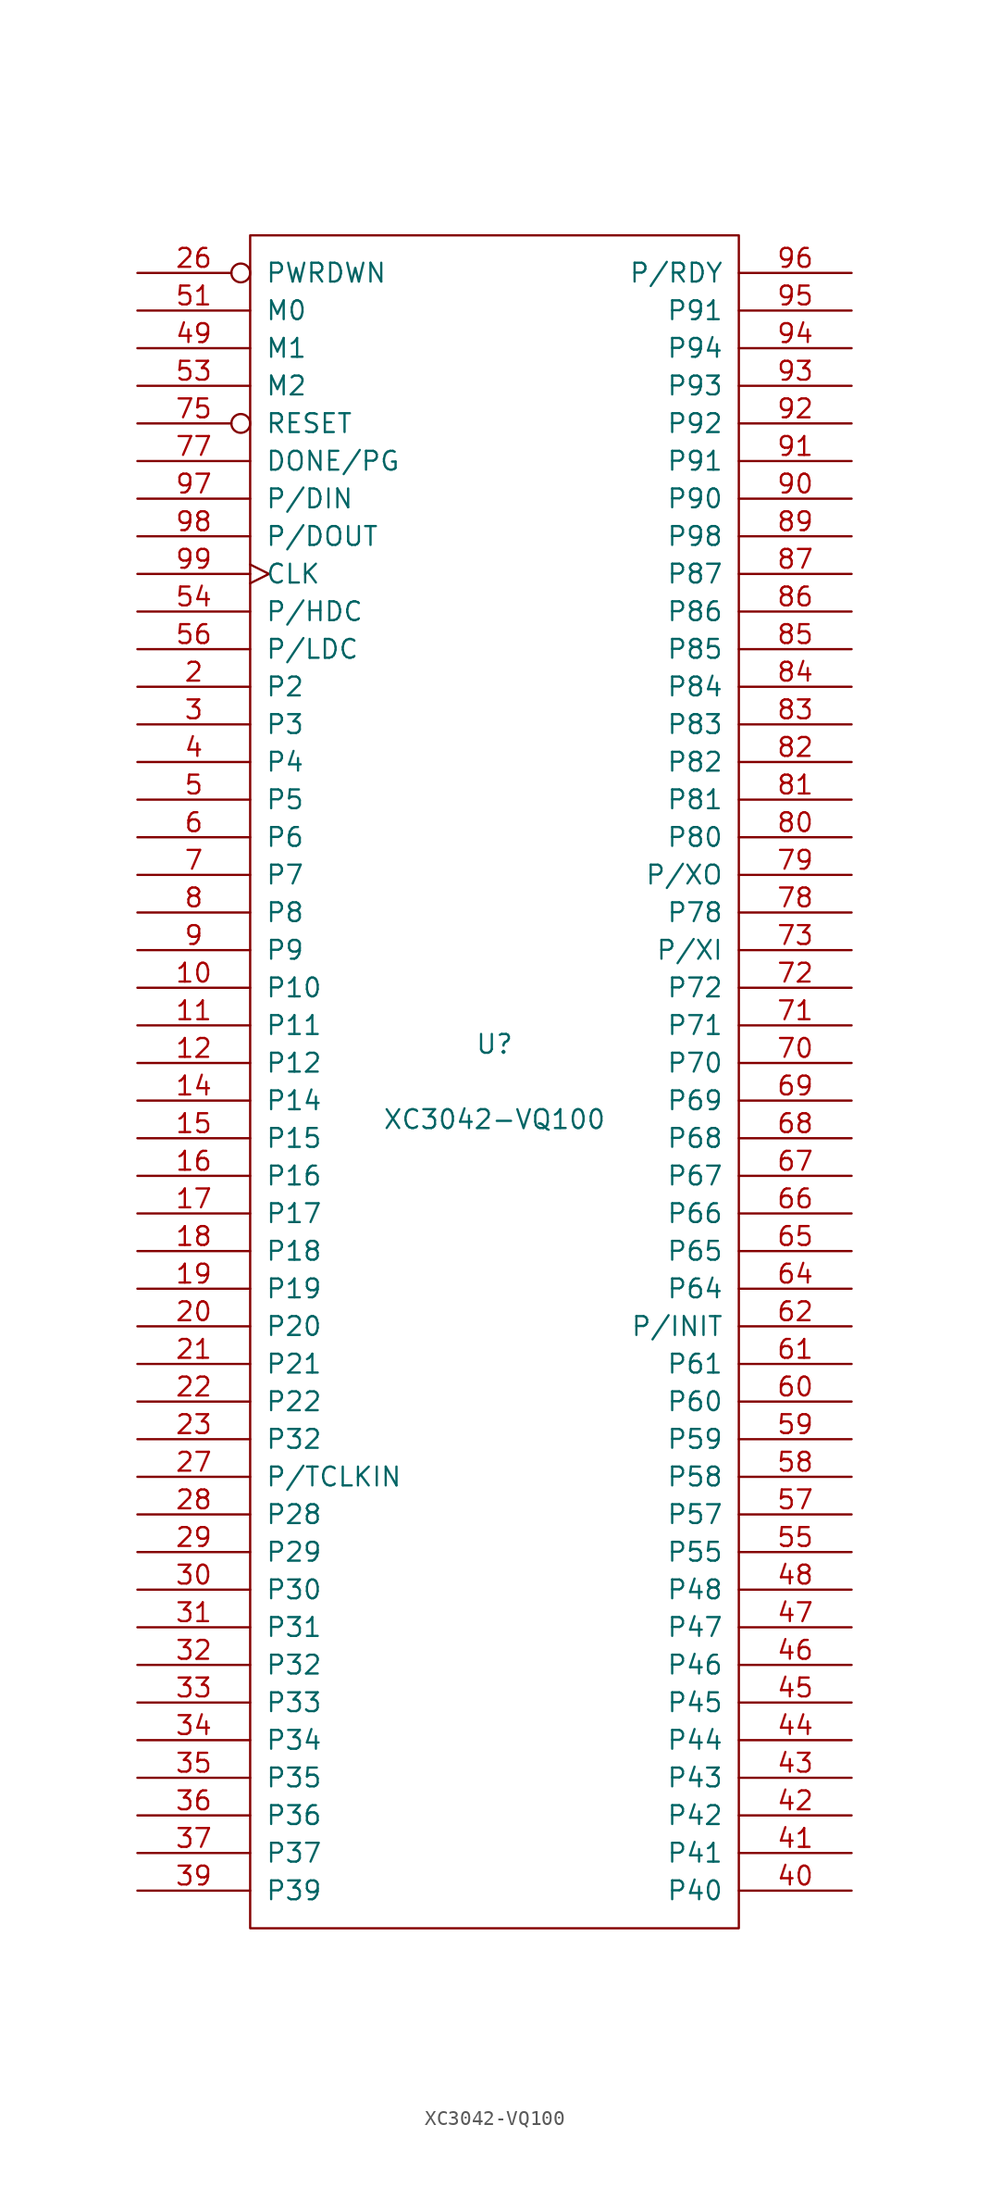
<source format=kicad_sym>
(kicad_symbol_lib
  (version 20211014)
  (generator kicad_symbol_editor)
  (symbol "XC3042-VQ100"
    (pin_names
      (offset 1.016))
    (property "Reference" "U"
      (at 0 2.54 0)
      (effects (font (size 1.27 1.27))))
    (property "Value" "XC3042-VQ100"
      (at 0 -2.54 0)
      (effects (font (size 1.27 1.27))))
    (symbol "XC3042-VQ100_0_1"
      (rectangle (start -16.51 -57.15) (end 16.51 57.15) (stroke (width 0) (type default) (color 0 0 0 0)) (fill (type none))))
    (symbol "XC3042-VQ100_1_1"
      (pin power_in line (at -3.81 -57.15 90) (length 0) hide (name "GND" (effects (font (size 1.27 1.27)))) (number "1" (effects (font (size 1.27 1.27)))))
      (pin passive line (at -24.13 6.35 0) (length 7.62) (name "P10" (effects (font (size 1.27 1.27)))) (number "10" (effects (font (size 1.27 1.27)))))
      (pin power_in line (at 8.89 57.15 270) (length 0) hide (name "VCC" (effects (font (size 1.27 1.27)))) (number "100" (effects (font (size 1.27 1.27)))))
      (pin passive line (at -24.13 3.81 0) (length 7.62) (name "P11" (effects (font (size 1.27 1.27)))) (number "11" (effects (font (size 1.27 1.27)))))
      (pin passive line (at -24.13 1.27 0) (length 7.62) (name "P12" (effects (font (size 1.27 1.27)))) (number "12" (effects (font (size 1.27 1.27)))))
      (pin power_in line (at -1.27 -57.15 90) (length 0) hide (name "GND" (effects (font (size 1.27 1.27)))) (number "13" (effects (font (size 1.27 1.27)))))
      (pin passive line (at -24.13 -1.27 0) (length 7.62) (name "P14" (effects (font (size 1.27 1.27)))) (number "14" (effects (font (size 1.27 1.27)))))
      (pin passive line (at -24.13 -3.81 0) (length 7.62) (name "P15" (effects (font (size 1.27 1.27)))) (number "15" (effects (font (size 1.27 1.27)))))
      (pin passive line (at -24.13 -6.35 0) (length 7.62) (name "P16" (effects (font (size 1.27 1.27)))) (number "16" (effects (font (size 1.27 1.27)))))
      (pin passive line (at -24.13 -8.89 0) (length 7.62) (name "P17" (effects (font (size 1.27 1.27)))) (number "17" (effects (font (size 1.27 1.27)))))
      (pin passive line (at -24.13 -11.43 0) (length 7.62) (name "P18" (effects (font (size 1.27 1.27)))) (number "18" (effects (font (size 1.27 1.27)))))
      (pin passive line (at -24.13 -13.97 0) (length 7.62) (name "P19" (effects (font (size 1.27 1.27)))) (number "19" (effects (font (size 1.27 1.27)))))
      (pin passive line (at -24.13 26.67 0) (length 7.62) (name "P2" (effects (font (size 1.27 1.27)))) (number "2" (effects (font (size 1.27 1.27)))))
      (pin passive line (at -24.13 -16.51 0) (length 7.62) (name "P20" (effects (font (size 1.27 1.27)))) (number "20" (effects (font (size 1.27 1.27)))))
      (pin passive line (at -24.13 -19.05 0) (length 7.62) (name "P21" (effects (font (size 1.27 1.27)))) (number "21" (effects (font (size 1.27 1.27)))))
      (pin passive line (at -24.13 -21.59 0) (length 7.62) (name "P22" (effects (font (size 1.27 1.27)))) (number "22" (effects (font (size 1.27 1.27)))))
      (pin passive line (at -24.13 -24.13 0) (length 7.62) (name "P32" (effects (font (size 1.27 1.27)))) (number "23" (effects (font (size 1.27 1.27)))))
      (pin power_in line (at -3.81 57.15 270) (length 0) hide (name "VCC" (effects (font (size 1.27 1.27)))) (number "24" (effects (font (size 1.27 1.27)))))
      (pin power_in line (at 1.27 -57.15 90) (length 0) hide (name "GND" (effects (font (size 1.27 1.27)))) (number "25" (effects (font (size 1.27 1.27)))))
      (pin input inverted (at -24.13 54.61 0) (length 7.62) (name "PWRDWN" (effects (font (size 1.27 1.27)))) (number "26" (effects (font (size 1.27 1.27)))))
      (pin passive line (at -24.13 -26.67 0) (length 7.62) (name "P/TCLKIN" (effects (font (size 1.27 1.27)))) (number "27" (effects (font (size 1.27 1.27)))))
      (pin passive line (at -24.13 -29.21 0) (length 7.62) (name "P28" (effects (font (size 1.27 1.27)))) (number "28" (effects (font (size 1.27 1.27)))))
      (pin passive line (at -24.13 -31.75 0) (length 7.62) (name "P29" (effects (font (size 1.27 1.27)))) (number "29" (effects (font (size 1.27 1.27)))))
      (pin passive line (at -24.13 24.13 0) (length 7.62) (name "P3" (effects (font (size 1.27 1.27)))) (number "3" (effects (font (size 1.27 1.27)))))
      (pin passive line (at -24.13 -34.29 0) (length 7.62) (name "P30" (effects (font (size 1.27 1.27)))) (number "30" (effects (font (size 1.27 1.27)))))
      (pin passive line (at -24.13 -36.83 0) (length 7.62) (name "P31" (effects (font (size 1.27 1.27)))) (number "31" (effects (font (size 1.27 1.27)))))
      (pin passive line (at -24.13 -39.37 0) (length 7.62) (name "P32" (effects (font (size 1.27 1.27)))) (number "32" (effects (font (size 1.27 1.27)))))
      (pin passive line (at -24.13 -41.91 0) (length 7.62) (name "P33" (effects (font (size 1.27 1.27)))) (number "33" (effects (font (size 1.27 1.27)))))
      (pin passive line (at -24.13 -44.45 0) (length 7.62) (name "P34" (effects (font (size 1.27 1.27)))) (number "34" (effects (font (size 1.27 1.27)))))
      (pin passive line (at -24.13 -46.99 0) (length 7.62) (name "P35" (effects (font (size 1.27 1.27)))) (number "35" (effects (font (size 1.27 1.27)))))
      (pin passive line (at -24.13 -49.53 0) (length 7.62) (name "P36" (effects (font (size 1.27 1.27)))) (number "36" (effects (font (size 1.27 1.27)))))
      (pin passive line (at -24.13 -52.07 0) (length 7.62) (name "P37" (effects (font (size 1.27 1.27)))) (number "37" (effects (font (size 1.27 1.27)))))
      (pin power_in line (at -1.27 57.15 270) (length 0) hide (name "VCC" (effects (font (size 1.27 1.27)))) (number "38" (effects (font (size 1.27 1.27)))))
      (pin passive line (at -24.13 -54.61 0) (length 7.62) (name "P39" (effects (font (size 1.27 1.27)))) (number "39" (effects (font (size 1.27 1.27)))))
      (pin passive line (at -24.13 21.59 0) (length 7.62) (name "P4" (effects (font (size 1.27 1.27)))) (number "4" (effects (font (size 1.27 1.27)))))
      (pin passive line (at 24.13 -54.61 180) (length 7.62) (name "P40" (effects (font (size 1.27 1.27)))) (number "40" (effects (font (size 1.27 1.27)))))
      (pin passive line (at 24.13 -52.07 180) (length 7.62) (name "P41" (effects (font (size 1.27 1.27)))) (number "41" (effects (font (size 1.27 1.27)))))
      (pin passive line (at 24.13 -49.53 180) (length 7.62) (name "P42" (effects (font (size 1.27 1.27)))) (number "42" (effects (font (size 1.27 1.27)))))
      (pin passive line (at 24.13 -46.99 180) (length 7.62) (name "P43" (effects (font (size 1.27 1.27)))) (number "43" (effects (font (size 1.27 1.27)))))
      (pin passive line (at 24.13 -44.45 180) (length 7.62) (name "P44" (effects (font (size 1.27 1.27)))) (number "44" (effects (font (size 1.27 1.27)))))
      (pin passive line (at 24.13 -41.91 180) (length 7.62) (name "P45" (effects (font (size 1.27 1.27)))) (number "45" (effects (font (size 1.27 1.27)))))
      (pin passive line (at 24.13 -39.37 180) (length 7.62) (name "P46" (effects (font (size 1.27 1.27)))) (number "46" (effects (font (size 1.27 1.27)))))
      (pin passive line (at 24.13 -36.83 180) (length 7.62) (name "P47" (effects (font (size 1.27 1.27)))) (number "47" (effects (font (size 1.27 1.27)))))
      (pin passive line (at 24.13 -34.29 180) (length 7.62) (name "P48" (effects (font (size 1.27 1.27)))) (number "48" (effects (font (size 1.27 1.27)))))
      (pin input line (at -24.13 49.53 0) (length 7.62) (name "M1" (effects (font (size 1.27 1.27)))) (number "49" (effects (font (size 1.27 1.27)))))
      (pin passive line (at -24.13 19.05 0) (length 7.62) (name "P5" (effects (font (size 1.27 1.27)))) (number "5" (effects (font (size 1.27 1.27)))))
      (pin power_in line (at 3.81 -57.15 90) (length 0) hide (name "GND" (effects (font (size 1.27 1.27)))) (number "50" (effects (font (size 1.27 1.27)))))
      (pin input line (at -24.13 52.07 0) (length 7.62) (name "M0" (effects (font (size 1.27 1.27)))) (number "51" (effects (font (size 1.27 1.27)))))
      (pin power_in line (at 1.27 57.15 270) (length 0) hide (name "VCC" (effects (font (size 1.27 1.27)))) (number "52" (effects (font (size 1.27 1.27)))))
      (pin passive line (at -24.13 46.99 0) (length 7.62) (name "M2" (effects (font (size 1.27 1.27)))) (number "53" (effects (font (size 1.27 1.27)))))
      (pin passive line (at -24.13 31.75 0) (length 7.62) (name "P/HDC" (effects (font (size 1.27 1.27)))) (number "54" (effects (font (size 1.27 1.27)))))
      (pin passive line (at 24.13 -31.75 180) (length 7.62) (name "P55" (effects (font (size 1.27 1.27)))) (number "55" (effects (font (size 1.27 1.27)))))
      (pin passive line (at -24.13 29.21 0) (length 7.62) (name "P/LDC" (effects (font (size 1.27 1.27)))) (number "56" (effects (font (size 1.27 1.27)))))
      (pin passive line (at 24.13 -29.21 180) (length 7.62) (name "P57" (effects (font (size 1.27 1.27)))) (number "57" (effects (font (size 1.27 1.27)))))
      (pin passive line (at 24.13 -26.67 180) (length 7.62) (name "P58" (effects (font (size 1.27 1.27)))) (number "58" (effects (font (size 1.27 1.27)))))
      (pin passive line (at 24.13 -24.13 180) (length 7.62) (name "P59" (effects (font (size 1.27 1.27)))) (number "59" (effects (font (size 1.27 1.27)))))
      (pin passive line (at -24.13 16.51 0) (length 7.62) (name "P6" (effects (font (size 1.27 1.27)))) (number "6" (effects (font (size 1.27 1.27)))))
      (pin passive line (at 24.13 -21.59 180) (length 7.62) (name "P60" (effects (font (size 1.27 1.27)))) (number "60" (effects (font (size 1.27 1.27)))))
      (pin passive line (at 24.13 -19.05 180) (length 7.62) (name "P61" (effects (font (size 1.27 1.27)))) (number "61" (effects (font (size 1.27 1.27)))))
      (pin passive line (at 24.13 -16.51 180) (length 7.62) (name "P/INIT" (effects (font (size 1.27 1.27)))) (number "62" (effects (font (size 1.27 1.27)))))
      (pin power_in line (at 6.35 -57.15 90) (length 0) hide (name "GND" (effects (font (size 1.27 1.27)))) (number "63" (effects (font (size 1.27 1.27)))))
      (pin passive line (at 24.13 -13.97 180) (length 7.62) (name "P64" (effects (font (size 1.27 1.27)))) (number "64" (effects (font (size 1.27 1.27)))))
      (pin passive line (at 24.13 -11.43 180) (length 7.62) (name "P65" (effects (font (size 1.27 1.27)))) (number "65" (effects (font (size 1.27 1.27)))))
      (pin passive line (at 24.13 -8.89 180) (length 7.62) (name "P66" (effects (font (size 1.27 1.27)))) (number "66" (effects (font (size 1.27 1.27)))))
      (pin passive line (at 24.13 -6.35 180) (length 7.62) (name "P67" (effects (font (size 1.27 1.27)))) (number "67" (effects (font (size 1.27 1.27)))))
      (pin passive line (at 24.13 -3.81 180) (length 7.62) (name "P68" (effects (font (size 1.27 1.27)))) (number "68" (effects (font (size 1.27 1.27)))))
      (pin passive line (at 24.13 -1.27 180) (length 7.62) (name "P69" (effects (font (size 1.27 1.27)))) (number "69" (effects (font (size 1.27 1.27)))))
      (pin passive line (at -24.13 13.97 0) (length 7.62) (name "P7" (effects (font (size 1.27 1.27)))) (number "7" (effects (font (size 1.27 1.27)))))
      (pin passive line (at 24.13 1.27 180) (length 7.62) (name "P70" (effects (font (size 1.27 1.27)))) (number "70" (effects (font (size 1.27 1.27)))))
      (pin passive line (at 24.13 3.81 180) (length 7.62) (name "P71" (effects (font (size 1.27 1.27)))) (number "71" (effects (font (size 1.27 1.27)))))
      (pin passive line (at 24.13 6.35 180) (length 7.62) (name "P72" (effects (font (size 1.27 1.27)))) (number "72" (effects (font (size 1.27 1.27)))))
      (pin passive line (at 24.13 8.89 180) (length 7.62) (name "P/XI" (effects (font (size 1.27 1.27)))) (number "73" (effects (font (size 1.27 1.27)))))
      (pin power_in line (at 8.89 -57.15 90) (length 0) hide (name "GND" (effects (font (size 1.27 1.27)))) (number "74" (effects (font (size 1.27 1.27)))))
      (pin input inverted (at -24.13 44.45 0) (length 7.62) (name "RESET" (effects (font (size 1.27 1.27)))) (number "75" (effects (font (size 1.27 1.27)))))
      (pin power_in line (at 3.81 57.15 270) (length 0) hide (name "VCC" (effects (font (size 1.27 1.27)))) (number "76" (effects (font (size 1.27 1.27)))))
      (pin open_collector line (at -24.13 41.91 0) (length 7.62) (name "DONE/PG" (effects (font (size 1.27 1.27)))) (number "77" (effects (font (size 1.27 1.27)))))
      (pin passive line (at 24.13 11.43 180) (length 7.62) (name "P78" (effects (font (size 1.27 1.27)))) (number "78" (effects (font (size 1.27 1.27)))))
      (pin passive line (at 24.13 13.97 180) (length 7.62) (name "P/XO" (effects (font (size 1.27 1.27)))) (number "79" (effects (font (size 1.27 1.27)))))
      (pin passive line (at -24.13 11.43 0) (length 7.62) (name "P8" (effects (font (size 1.27 1.27)))) (number "8" (effects (font (size 1.27 1.27)))))
      (pin passive line (at 24.13 16.51 180) (length 7.62) (name "P80" (effects (font (size 1.27 1.27)))) (number "80" (effects (font (size 1.27 1.27)))))
      (pin passive line (at 24.13 19.05 180) (length 7.62) (name "P81" (effects (font (size 1.27 1.27)))) (number "81" (effects (font (size 1.27 1.27)))))
      (pin passive line (at 24.13 21.59 180) (length 7.62) (name "P82" (effects (font (size 1.27 1.27)))) (number "82" (effects (font (size 1.27 1.27)))))
      (pin passive line (at 24.13 24.13 180) (length 7.62) (name "P83" (effects (font (size 1.27 1.27)))) (number "83" (effects (font (size 1.27 1.27)))))
      (pin passive line (at 24.13 26.67 180) (length 7.62) (name "P84" (effects (font (size 1.27 1.27)))) (number "84" (effects (font (size 1.27 1.27)))))
      (pin passive line (at 24.13 29.21 180) (length 7.62) (name "P85" (effects (font (size 1.27 1.27)))) (number "85" (effects (font (size 1.27 1.27)))))
      (pin passive line (at 24.13 31.75 180) (length 7.62) (name "P86" (effects (font (size 1.27 1.27)))) (number "86" (effects (font (size 1.27 1.27)))))
      (pin passive line (at 24.13 34.29 180) (length 7.62) (name "P87" (effects (font (size 1.27 1.27)))) (number "87" (effects (font (size 1.27 1.27)))))
      (pin power_in line (at 6.35 57.15 270) (length 0) hide (name "VCC" (effects (font (size 1.27 1.27)))) (number "88" (effects (font (size 1.27 1.27)))))
      (pin passive line (at 24.13 36.83 180) (length 7.62) (name "P98" (effects (font (size 1.27 1.27)))) (number "89" (effects (font (size 1.27 1.27)))))
      (pin passive line (at -24.13 8.89 0) (length 7.62) (name "P9" (effects (font (size 1.27 1.27)))) (number "9" (effects (font (size 1.27 1.27)))))
      (pin passive line (at 24.13 39.37 180) (length 7.62) (name "P90" (effects (font (size 1.27 1.27)))) (number "90" (effects (font (size 1.27 1.27)))))
      (pin passive line (at 24.13 41.91 180) (length 7.62) (name "P91" (effects (font (size 1.27 1.27)))) (number "91" (effects (font (size 1.27 1.27)))))
      (pin passive line (at 24.13 44.45 180) (length 7.62) (name "P92" (effects (font (size 1.27 1.27)))) (number "92" (effects (font (size 1.27 1.27)))))
      (pin passive line (at 24.13 46.99 180) (length 7.62) (name "P93" (effects (font (size 1.27 1.27)))) (number "93" (effects (font (size 1.27 1.27)))))
      (pin passive line (at 24.13 49.53 180) (length 7.62) (name "P94" (effects (font (size 1.27 1.27)))) (number "94" (effects (font (size 1.27 1.27)))))
      (pin passive line (at 24.13 52.07 180) (length 7.62) (name "P91" (effects (font (size 1.27 1.27)))) (number "95" (effects (font (size 1.27 1.27)))))
      (pin passive line (at 24.13 54.61 180) (length 7.62) (name "P/RDY" (effects (font (size 1.27 1.27)))) (number "96" (effects (font (size 1.27 1.27)))))
      (pin passive line (at -24.13 39.37 0) (length 7.62) (name "P/DIN" (effects (font (size 1.27 1.27)))) (number "97" (effects (font (size 1.27 1.27)))))
      (pin passive line (at -24.13 36.83 0) (length 7.62) (name "P/DOUT" (effects (font (size 1.27 1.27)))) (number "98" (effects (font (size 1.27 1.27)))))
      (pin bidirectional clock (at -24.13 34.29 0) (length 7.62) (name "CLK" (effects (font (size 1.27 1.27)))) (number "99" (effects (font (size 1.27 1.27))))))))
</source>
